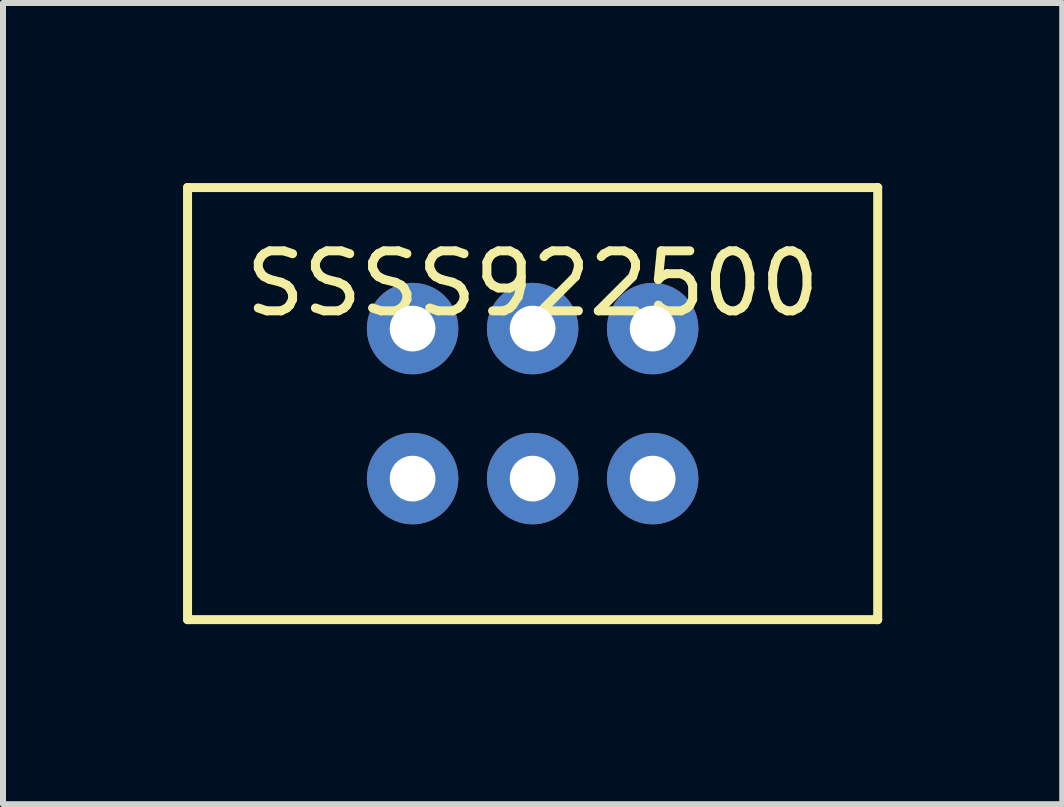
<source format=kicad_pcb>
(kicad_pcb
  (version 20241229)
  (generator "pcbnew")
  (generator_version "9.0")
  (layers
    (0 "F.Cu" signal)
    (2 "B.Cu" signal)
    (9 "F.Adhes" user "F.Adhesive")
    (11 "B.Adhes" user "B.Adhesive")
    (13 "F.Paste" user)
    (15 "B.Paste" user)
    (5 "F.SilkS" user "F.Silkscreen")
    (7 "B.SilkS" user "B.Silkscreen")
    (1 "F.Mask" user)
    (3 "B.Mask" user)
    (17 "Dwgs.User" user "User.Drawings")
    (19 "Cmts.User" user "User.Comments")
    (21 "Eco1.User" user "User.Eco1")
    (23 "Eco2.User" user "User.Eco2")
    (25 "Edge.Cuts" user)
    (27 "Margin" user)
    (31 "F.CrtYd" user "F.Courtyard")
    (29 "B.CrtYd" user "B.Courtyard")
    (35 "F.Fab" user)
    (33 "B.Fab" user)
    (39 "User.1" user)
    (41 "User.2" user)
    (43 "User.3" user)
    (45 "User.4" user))
  (footprint "SSSS922500"
    (layer "F.Cu")
    (at 5.825 3.675)
    (property "Reference" "SSSS922500" (at 0 -2 0) (layer "F.SilkS") (effects (font (size 1 1) (thickness 0.15))))
    (attr through_hole)
    (fp_line (start -5.75 -3.6) (end 5.75 -3.6) (stroke (width 0.15) (type solid)) (layer "F.SilkS"))
    (fp_line (start -5.75 3.6) (end -5.75 -3.6) (stroke (width 0.15) (type solid)) (layer "F.SilkS"))
    (fp_line (start 5.75 -3.6) (end 5.75 3.6) (stroke (width 0.15) (type solid)) (layer "F.SilkS"))
    (fp_line (start 5.75 3.6) (end -5.75 3.6) (stroke (width 0.15) (type solid)) (layer "F.SilkS"))
    (pad "1" thru_hole circle (at -2 -1.25) (size 1.524 1.524) (drill 0.762) (layers "*.Cu" "*.Mask"))
    (pad "2" thru_hole circle (at 0 -1.25) (size 1.524 1.524) (drill 0.762) (layers "*.Cu" "*.Mask"))
    (pad "3" thru_hole circle (at 2 -1.25) (size 1.524 1.524) (drill 0.762) (layers "*.Cu" "*.Mask"))
    (pad "4" thru_hole circle (at -2 1.25) (size 1.524 1.524) (drill 0.762) (layers "*.Cu" "*.Mask"))
    (pad "5" thru_hole circle (at 0 1.25) (size 1.524 1.524) (drill 0.762) (layers "*.Cu" "*.Mask"))
    (pad "6" thru_hole circle (at 2 1.25) (size 1.524 1.524) (drill 0.762) (layers "*.Cu" "*.Mask")))
  (gr_rect
    (start -3 -3)
    (end 14.65 10.35)
    (stroke (width 0.1) (type default))
    (fill no)
    (layer "Edge.Cuts")))
</source>
